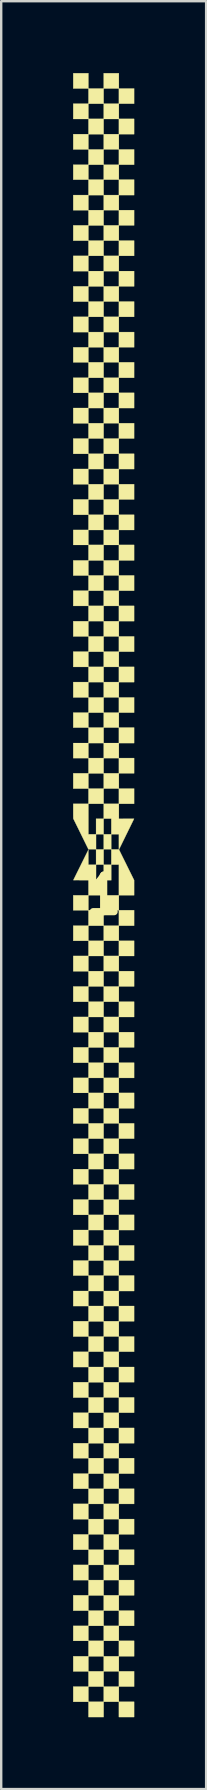
<source format=kicad_pcb>
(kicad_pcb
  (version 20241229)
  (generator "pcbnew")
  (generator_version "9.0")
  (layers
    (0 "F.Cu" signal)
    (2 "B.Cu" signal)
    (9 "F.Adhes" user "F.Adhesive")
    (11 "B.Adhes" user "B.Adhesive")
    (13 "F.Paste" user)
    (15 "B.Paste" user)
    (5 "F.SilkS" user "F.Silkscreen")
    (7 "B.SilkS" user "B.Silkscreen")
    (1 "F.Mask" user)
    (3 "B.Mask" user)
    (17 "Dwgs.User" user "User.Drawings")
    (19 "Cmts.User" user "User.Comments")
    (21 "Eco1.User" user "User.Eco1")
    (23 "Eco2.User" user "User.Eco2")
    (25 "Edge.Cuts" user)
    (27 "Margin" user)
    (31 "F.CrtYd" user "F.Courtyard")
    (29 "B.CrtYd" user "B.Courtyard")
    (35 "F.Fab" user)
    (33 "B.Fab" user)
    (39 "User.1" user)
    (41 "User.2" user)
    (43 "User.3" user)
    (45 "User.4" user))
  (footprint "1"
    (layer "F.Cu")
    (at 1.275 34.295)
    (property "Reference" "1" (at 0 0 0) (layer "F.SilkS") (effects (font (size 1.524 1.524) (thickness 0.3))))
    (attr through_hole)
    (fp_poly (pts (xy -0.635 -33.655) (xy 0 -33.655) (xy 0 -34.29) (xy 0.635 -34.29) (xy 0.635 -33.655) (xy 1.27 -33.655) (xy 1.27 -33.016) (xy 0.635 -33.016) (xy 0.635 -32.385) (xy 1.27 -32.385) (xy 1.27 -31.746) (xy 0.635 -31.746) (xy 0.635 -31.111) (xy 1.27 -31.111) (xy 1.27 -30.473) (xy 0.635 -30.473) (xy 0.635 -29.852) (xy 1.27 -29.852) (xy 1.27 -29.203) (xy 0.635 -29.203) (xy 0.635 -28.579) (xy 1.27 -28.579) (xy 1.27 -27.94) (xy 0.635 -27.94) (xy 0.635 -27.309) (xy 1.27 -27.309) (xy 1.27 -26.67) (xy 0.635 -26.67) (xy 0.635 -26.035) (xy 1.27 -26.035) (xy 1.27 -25.396) (xy 0.635 -25.396) (xy 0.635 -24.765) (xy 1.27 -24.765) (xy 1.27 -24.126) (xy 0.635 -24.126) (xy 0.635 -23.491) (xy 1.27 -23.491) (xy 1.27 -22.853) (xy 0.635 -22.853) (xy 0.635 -22.232) (xy 1.27 -22.232) (xy 1.27 -21.583) (xy 0.635 -21.583) (xy 0.635 -20.959) (xy 1.27 -20.959) (xy 1.27 -20.32) (xy 0.635 -20.32) (xy 0.635 -19.689) (xy 1.27 -19.689) (xy 1.27 -19.05) (xy 0.635 -19.05) (xy 0.635 -18.415) (xy 1.27 -18.415) (xy 1.27 -17.776) (xy 0.635 -17.776) (xy 0.635 -17.145) (xy 1.27 -17.145) (xy 1.27 -16.506) (xy 0.635 -16.506) (xy 0.635 -15.871) (xy 1.27 -15.871) (xy 1.27 -15.233) (xy 0.635 -15.233) (xy 0.635 -14.612) (xy 1.27 -14.612) (xy 1.27 -13.963) (xy 0.635 -13.963) (xy 0.635 -13.339) (xy 1.27 -13.339) (xy 1.27 -12.7) (xy 0.635 -12.7) (xy 0.635 -12.069) (xy 1.27 -12.069) (xy 1.27 -11.43) (xy 0.635 -11.43) (xy 0.635 -10.795) (xy 1.27 -10.795) (xy 1.27 -10.156) (xy 0.635 -10.156) (xy 0.635 -9.525) (xy 1.27 -9.525) (xy 1.27 -8.886) (xy 0.635 -8.886) (xy 0.635 -8.251) (xy 1.27 -8.251) (xy 1.27 -7.613) (xy 0.635 -7.613) (xy 0.635 -6.992) (xy 1.27 -6.992) (xy 1.27 -6.343) (xy 0.635 -6.343) (xy 0.635 -5.719) (xy 1.27 -5.719) (xy 1.27 -5.08) (xy 0.635 -5.08) (xy 0.635 -4.449) (xy 1.27 -4.449) (xy 1.27 -3.81) (xy 0.635 -3.81) (xy 0.635 -3.189) (xy 0.952 -3.188) (xy 1.269 -3.187) (xy 0.994 -2.626) (xy 0.965 -2.566) (xy 0.935 -2.506) (xy 0.907 -2.448) (xy 0.879 -2.391) (xy 0.852 -2.336) (xy 0.827 -2.284) (xy 0.802 -2.235) (xy 0.78 -2.188) (xy 0.759 -2.146) (xy 0.74 -2.107) (xy 0.723 -2.072) (xy 0.708 -2.043) (xy 0.696 -2.018) (xy 0.687 -1.999) (xy 0.68 -1.986) (xy 0.679 -1.984) (xy 0.639 -1.902) (xy 1.27 -0.627) (xy 1.27 0.007) (xy 0.635 0.007) (xy 0.635 0.628) (xy 1.27 0.628) (xy 1.27 1.277) (xy 0.635 1.277) (xy 0.635 1.901) (xy 1.27 1.901) (xy 1.27 2.54) (xy 0.635 2.54) (xy 0.635 3.171) (xy 1.27 3.171) (xy 1.27 3.81) (xy 0.635 3.81) (xy 0.635 4.445) (xy 1.27 4.445) (xy 1.27 5.084) (xy 0.635 5.084) (xy 0.635 5.715) (xy 1.27 5.715) (xy 1.27 6.354) (xy 0.635 6.354) (xy 0.635 6.989) (xy 1.27 6.989) (xy 1.27 7.627) (xy 0.635 7.627) (xy 0.635 8.248) (xy 1.27 8.248) (xy 1.27 8.897) (xy 0.635 8.897) (xy 0.635 9.521) (xy 1.27 9.521) (xy 1.27 10.16) (xy 0.635 10.16) (xy 0.635 10.791) (xy 1.27 10.791) (xy 1.27 11.43) (xy 0.635 11.43) (xy 0.635 12.065) (xy 1.27 12.065) (xy 1.27 12.704) (xy 0.635 12.704) (xy 0.635 13.335) (xy 1.27 13.335) (xy 1.27 13.974) (xy 0.635 13.974) (xy 0.635 14.609) (xy 1.27 14.609) (xy 1.27 15.247) (xy 0.635 15.247) (xy 0.635 15.868) (xy 1.27 15.868) (xy 1.27 16.517) (xy 0.635 16.517) (xy 0.635 17.141) (xy 1.27 17.141) (xy 1.27 17.78) (xy 0.635 17.78) (xy 0.635 18.411) (xy 1.27 18.411) (xy 1.27 19.05) (xy 0.635 19.05) (xy 0.635 19.685) (xy 1.27 19.685) (xy 1.27 20.324) (xy 0.635 20.324) (xy 0.635 20.955) (xy 1.27 20.955) (xy 1.27 21.594) (xy 0.635 21.594) (xy 0.635 22.229) (xy 1.27 22.229) (xy 1.27 22.867) (xy 0.635 22.867) (xy 0.635 23.488) (xy 1.27 23.488) (xy 1.27 24.137) (xy 0.635 24.137) (xy 0.635 24.761) (xy 1.27 24.761) (xy 1.27 25.4) (xy 0.635 25.4) (xy 0.635 26.031) (xy 1.27 26.031) (xy 1.27 26.67) (xy 0.635 26.67) (xy 0.635 27.305) (xy 1.27 27.305) (xy 1.27 27.944) (xy 0.635 27.944) (xy 0.635 28.575) (xy 1.27 28.575) (xy 1.27 29.214) (xy 0.635 29.214) (xy 0.635 29.849) (xy 1.27 29.849) (xy 1.27 30.487) (xy 0.635 30.487) (xy 0.635 31.108) (xy 1.27 31.108) (xy 1.27 31.757) (xy 0.635 31.757) (xy 0.635 32.381) (xy 1.27 32.381) (xy 1.27 33.02) (xy 0.635 33.02) (xy 0.635 33.651) (xy 1.27 33.651) (xy 1.27 34.29) (xy 0.635 34.29) (xy 0.635 33.655) (xy 0 33.655) (xy 0 34.29) (xy -0.635 34.29) (xy -0.635 33.655) (xy -1.27 33.655) (xy -1.27 33.02) (xy -0.635 33.02) (xy -0.635 33.651) (xy 0 33.651) (xy 0 33.02) (xy -0.635 33.02) (xy -1.27 33.02) (xy -1.27 33.016) (xy -0.635 33.016) (xy -0.635 32.385) (xy 0 32.385) (xy 0 33.016) (xy 0.635 33.016) (xy 0.635 32.385) (xy 0 32.385) (xy -0.635 32.385) (xy -1.27 32.385) (xy -1.27 31.757) (xy -0.635 31.757) (xy -0.635 32.381) (xy 0 32.381) (xy 0 31.757) (xy -0.635 31.757) (xy -1.27 31.757) (xy -1.27 31.754) (xy -0.635 31.754) (xy -0.635 31.111) (xy 0 31.111) (xy 0 31.754) (xy 0.635 31.754) (xy 0.635 31.111) (xy 0 31.111) (xy -0.635 31.111) (xy -1.27 31.111) (xy -1.27 30.487) (xy -0.635 30.487) (xy -0.635 31.108) (xy 0 31.108) (xy 0 30.487) (xy -0.635 30.487) (xy -1.27 30.487) (xy -1.27 30.484) (xy -0.635 30.484) (xy -0.635 29.852) (xy 0 29.852) (xy 0 30.484) (xy 0.635 30.484) (xy 0.635 29.852) (xy 0 29.852) (xy -0.635 29.852) (xy -1.27 29.852) (xy -1.27 29.214) (xy -0.635 29.214) (xy -0.635 29.849) (xy 0 29.849) (xy 0 29.214) (xy -0.635 29.214) (xy -1.27 29.214) (xy -1.27 29.21) (xy -0.635 29.21) (xy -0.635 28.579) (xy 0 28.579) (xy 0 29.21) (xy 0.635 29.21) (xy 0.635 28.579) (xy 0 28.579) (xy -0.635 28.579) (xy -1.27 28.579) (xy -1.27 27.944) (xy -0.635 27.944) (xy -0.635 28.575) (xy 0 28.575) (xy 0 27.944) (xy -0.635 27.944) (xy -1.27 27.944) (xy -1.27 27.94) (xy -0.635 27.94) (xy -0.635 27.309) (xy 0 27.309) (xy 0 27.94) (xy 0.635 27.94) (xy 0.635 27.309) (xy 0 27.309) (xy -0.635 27.309) (xy -1.27 27.309) (xy -1.27 26.67) (xy -0.635 26.67) (xy -0.635 27.305) (xy 0 27.305) (xy 0 26.67) (xy -0.635 26.67) (xy -0.635 26.035) (xy 0 26.035) (xy 0 26.67) (xy 0.635 26.67) (xy 0.635 26.035) (xy 0 26.035) (xy -0.635 26.035) (xy -1.27 26.035) (xy -1.27 25.4) (xy -0.635 25.4) (xy -0.635 26.031) (xy 0 26.031) (xy 0 25.4) (xy -0.635 25.4) (xy -1.27 25.4) (xy -1.27 25.396) (xy -0.635 25.396) (xy -0.635 24.765) (xy 0 24.765) (xy 0 25.396) (xy 0.635 25.396) (xy 0.635 24.765) (xy 0 24.765) (xy -0.635 24.765) (xy -1.27 24.765) (xy -1.27 24.137) (xy -0.635 24.137) (xy -0.635 24.761) (xy 0 24.761) (xy 0 24.137) (xy -0.635 24.137) (xy -1.27 24.137) (xy -1.27 24.134) (xy -0.635 24.134) (xy -0.635 23.491) (xy 0 23.491) (xy 0 24.134) (xy 0.635 24.134) (xy 0.635 23.491) (xy 0 23.491) (xy -0.635 23.491) (xy -1.27 23.491) (xy -1.27 22.867) (xy -0.635 22.867) (xy -0.635 23.488) (xy 0 23.488) (xy 0 22.867) (xy -0.635 22.867) (xy -1.27 22.867) (xy -1.27 22.864) (xy -0.635 22.864) (xy -0.635 22.232) (xy 0 22.232) (xy 0 22.864) (xy 0.635 22.864) (xy 0.635 22.232) (xy 0 22.232) (xy -0.635 22.232) (xy -1.27 22.232) (xy -1.27 21.594) (xy -0.635 21.594) (xy -0.635 22.229) (xy 0 22.229) (xy 0 21.594) (xy -0.635 21.594) (xy -1.27 21.594) (xy -1.27 21.59) (xy -0.635 21.59) (xy -0.635 20.959) (xy 0 20.959) (xy 0 21.59) (xy 0.635 21.59) (xy 0.635 20.959) (xy 0 20.959) (xy -0.635 20.959) (xy -1.27 20.959) (xy -1.27 20.324) (xy -0.635 20.324) (xy -0.635 20.955) (xy 0 20.955) (xy 0 20.324) (xy -0.635 20.324) (xy -1.27 20.324) (xy -1.27 20.32) (xy -0.635 20.32) (xy -0.635 19.689) (xy 0 19.689) (xy 0 20.32) (xy 0.635 20.32) (xy 0.635 19.689) (xy 0 19.689) (xy -0.635 19.689) (xy -1.27 19.689) (xy -1.27 19.05) (xy -0.635 19.05) (xy -0.635 19.685) (xy 0 19.685) (xy 0 19.05) (xy -0.635 19.05) (xy -0.635 18.415) (xy 0 18.415) (xy 0 19.05) (xy 0.635 19.05) (xy 0.635 18.415) (xy 0 18.415) (xy -0.635 18.415) (xy -1.27 18.415) (xy -1.27 17.78) (xy -0.635 17.78) (xy -0.635 18.411) (xy 0 18.411) (xy 0 17.78) (xy -0.635 17.78) (xy -1.27 17.78) (xy -1.27 17.776) (xy -0.635 17.776) (xy -0.635 17.145) (xy 0 17.145) (xy 0 17.776) (xy 0.635 17.776) (xy 0.635 17.145) (xy 0 17.145) (xy -0.635 17.145) (xy -1.27 17.145) (xy -1.27 16.517) (xy -0.635 16.517) (xy -0.635 17.141) (xy 0 17.141) (xy 0 16.517) (xy -0.635 16.517) (xy -1.27 16.517) (xy -1.27 16.514) (xy -0.635 16.514) (xy -0.635 15.871) (xy 0 15.871) (xy 0 16.514) (xy 0.635 16.514) (xy 0.635 15.871) (xy 0 15.871) (xy -0.635 15.871) (xy -1.27 15.871) (xy -1.27 15.247) (xy -0.635 15.247) (xy -0.635 15.868) (xy 0 15.868) (xy 0 15.247) (xy -0.635 15.247) (xy -1.27 15.247) (xy -1.27 15.244) (xy -0.635 15.244) (xy -0.635 14.612) (xy 0 14.612) (xy 0 15.244) (xy 0.635 15.244) (xy 0.635 14.612) (xy 0 14.612) (xy -0.635 14.612) (xy -1.27 14.612) (xy -1.27 13.974) (xy -0.635 13.974) (xy -0.635 14.609) (xy 0 14.609) (xy 0 13.974) (xy -0.635 13.974) (xy -1.27 13.974) (xy -1.27 13.97) (xy -0.635 13.97) (xy -0.635 13.339) (xy 0 13.339) (xy 0 13.97) (xy 0.635 13.97) (xy 0.635 13.339) (xy 0 13.339) (xy -0.635 13.339) (xy -1.27 13.339) (xy -1.27 12.704) (xy -0.635 12.704) (xy -0.635 13.335) (xy 0 13.335) (xy 0 12.704) (xy -0.635 12.704) (xy -1.27 12.704) (xy -1.27 12.7) (xy -0.635 12.7) (xy -0.635 12.069) (xy 0 12.069) (xy 0 12.7) (xy 0.635 12.7) (xy 0.635 12.069) (xy 0 12.069) (xy -0.635 12.069) (xy -1.27 12.069) (xy -1.27 11.43) (xy -0.635 11.43) (xy -0.635 12.065) (xy 0 12.065) (xy 0 11.43) (xy -0.635 11.43) (xy -0.635 10.795) (xy 0 10.795) (xy 0 11.43) (xy 0.635 11.43) (xy 0.635 10.795) (xy 0 10.795) (xy -0.635 10.795) (xy -1.27 10.795) (xy -1.27 10.16) (xy -0.635 10.16) (xy -0.635 10.791) (xy 0 10.791) (xy 0 10.16) (xy -0.635 10.16) (xy -1.27 10.16) (xy -1.27 10.156) (xy -0.635 10.156) (xy -0.635 9.525) (xy 0 9.525) (xy 0 10.156) (xy 0.635 10.156) (xy 0.635 9.525) (xy 0 9.525) (xy -0.635 9.525) (xy -1.27 9.525) (xy -1.27 8.897) (xy -0.635 8.897) (xy -0.635 9.521) (xy 0 9.521) (xy 0 8.897) (xy -0.635 8.897) (xy -1.27 8.897) (xy -1.27 8.894) (xy -0.635 8.894) (xy -0.635 8.251) (xy 0 8.251) (xy 0 8.894) (xy 0.635 8.894) (xy 0.635 8.251) (xy 0 8.251) (xy -0.635 8.251) (xy -1.27 8.251) (xy -1.27 7.627) (xy -0.635 7.627) (xy -0.635 8.248) (xy 0 8.248) (xy 0 7.627) (xy -0.635 7.627) (xy -1.27 7.627) (xy -1.27 7.624) (xy -0.635 7.624) (xy -0.635 6.992) (xy 0 6.992) (xy 0 7.624) (xy 0.635 7.624) (xy 0.635 6.992) (xy 0 6.992) (xy -0.635 6.992) (xy -1.27 6.992) (xy -1.27 6.354) (xy -0.635 6.354) (xy -0.635 6.989) (xy 0 6.989) (xy 0 6.354) (xy -0.635 6.354) (xy -1.27 6.354) (xy -1.27 6.35) (xy -0.635 6.35) (xy -0.635 5.719) (xy 0 5.719) (xy 0 6.35) (xy 0.635 6.35) (xy 0.635 5.719) (xy 0 5.719) (xy -0.635 5.719) (xy -1.27 5.719) (xy -1.27 5.084) (xy -0.635 5.084) (xy -0.635 5.715) (xy 0 5.715) (xy 0 5.084) (xy -0.635 5.084) (xy -1.27 5.084) (xy -1.27 5.08) (xy -0.635 5.08) (xy -0.635 4.449) (xy 0 4.449) (xy 0 5.08) (xy 0.635 5.08) (xy 0.635 4.449) (xy 0 4.449) (xy -0.635 4.449) (xy -1.27 4.449) (xy -1.27 3.81) (xy -0.635 3.81) (xy -0.635 4.445) (xy 0 4.445) (xy 0 3.81) (xy -0.635 3.81) (xy -0.635 3.175) (xy 0 3.175) (xy 0 3.81) (xy 0.635 3.81) (xy 0.635 3.175) (xy 0 3.175) (xy -0.635 3.175) (xy -1.27 3.175) (xy -1.27 2.54) (xy -0.635 2.54) (xy -0.635 3.171) (xy 0 3.171) (xy 0 2.54) (xy -0.635 2.54) (xy -1.27 2.54) (xy -1.27 2.536) (xy -0.635 2.536) (xy -0.635 1.905) (xy 0 1.905) (xy 0 2.536) (xy 0.635 2.536) (xy 0.635 1.905) (xy 0 1.905) (xy -0.635 1.905) (xy -1.27 1.905) (xy -1.27 1.277) (xy -0.635 1.277) (xy -0.635 1.901) (xy 0 1.901) (xy 0 1.277) (xy -0.635 1.277) (xy -1.27 1.277) (xy -1.27 1.274) (xy -0.635 1.274) (xy -0.635 0.631) (xy 0 0.631) (xy 0 1.274) (xy 0.635 1.274) (xy 0.635 0.631) (xy 0 0.631) (xy -0.635 0.631) (xy -1.27 0.631) (xy -1.27 0.007) (xy -0.635 0.007) (xy -0.635 0.628) (xy 0 0.628) (xy 0 0.007) (xy -0.635 0.007) (xy -1.27 0.007) (xy -1.27 0.004) (xy -0.635 0.004) (xy 0 0.004) (xy 0.635 0.004) (xy 0.635 -1.27) (xy 0.318 -1.27) (xy 0.318 -0.624) (xy 0 -0.624) (xy 0 0.004) (xy -0.635 0.004) (xy -0.635 -0.624) (xy -0.951 -0.624) (xy -1.002 -0.624) (xy -1.05 -0.625) (xy -1.093 -0.625) (xy -1.133 -0.625) (xy -1.169 -0.625) (xy -1.199 -0.626) (xy -1.224 -0.626) (xy -1.244 -0.626) (xy -1.258 -0.627) (xy -1.265 -0.627) (xy -1.266 -0.628) (xy -1.264 -0.631) (xy -1.26 -0.64) (xy -1.252 -0.656) (xy -1.242 -0.676) (xy -1.229 -0.702) (xy -1.214 -0.732) (xy -1.197 -0.767) (xy -1.177 -0.807) (xy -1.156 -0.85) (xy -1.133 -0.897) (xy -1.108 -0.947) (xy -1.082 -1) (xy -1.054 -1.056) (xy -1.025 -1.114) (xy -0.995 -1.174) (xy -0.964 -1.236) (xy -0.951 -1.264) (xy -0.637 -1.896) (xy -0.636 -1.583) (xy -0.635 -1.27) (xy -0.318 -1.27) (xy -0.318 -0.624) (xy 0 -0.624) (xy 0 -1.27) (xy -0.318 -1.27) (xy -0.318 -1.909) (xy 0 -1.909) (xy 0 -1.27) (xy 0.318 -1.27) (xy 0.318 -1.909) (xy 0.635 -1.909) (xy 0.635 -2.54) (xy 0.318 -2.54) (xy 0.318 -1.912) (xy 0 -1.912) (xy 0 -2.54) (xy -0.318 -2.54) (xy -0.318 -1.912) (xy -0.477 -1.912) (xy -0.637 -1.912) (xy -0.951 -2.551) (xy -0.982 -2.614) (xy -1.012 -2.675) (xy -1.041 -2.735) (xy -1.069 -2.792) (xy -1.096 -2.846) (xy -1.122 -2.898) (xy -1.146 -2.946) (xy -1.168 -2.991) (xy -1.188 -3.032) (xy -1.207 -3.069) (xy -1.223 -3.102) (xy -1.237 -3.13) (xy -1.248 -3.153) (xy -1.257 -3.17) (xy -1.263 -3.182) (xy -1.267 -3.188) (xy -1.267 -3.189) (xy -1.268 -3.193) (xy -1.268 -3.203) (xy -1.268 -3.219) (xy -1.269 -3.24) (xy -1.269 -3.267) (xy -1.269 -3.298) (xy -1.27 -3.333) (xy -1.27 -3.372) (xy -1.27 -3.414) (xy -1.27 -3.458) (xy -1.27 -3.5) (xy -1.27 -3.81) (xy -0.635 -3.81) (xy -0.635 -2.54) (xy -0.318 -2.54) (xy -0.318 -3.189) (xy 0 -3.189) (xy 0 -2.54) (xy 0.318 -2.54) (xy 0.318 -3.189) (xy 0 -3.189) (xy 0 -3.81) (xy -0.635 -3.81) (xy -0.635 -4.445) (xy 0 -4.445) (xy 0 -3.81) (xy 0.635 -3.81) (xy 0.635 -4.445) (xy 0 -4.445) (xy -0.635 -4.445) (xy -1.27 -4.445) (xy -1.27 -5.08) (xy -0.635 -5.08) (xy -0.635 -4.449) (xy 0 -4.449) (xy 0 -5.08) (xy -0.635 -5.08) (xy -1.27 -5.08) (xy -1.27 -5.084) (xy -0.635 -5.084) (xy -0.635 -5.715) (xy 0 -5.715) (xy 0 -5.084) (xy 0.635 -5.084) (xy 0.635 -5.715) (xy 0 -5.715) (xy -0.635 -5.715) (xy -1.27 -5.715) (xy -1.27 -6.343) (xy -0.635 -6.343) (xy -0.635 -5.719) (xy 0 -5.719) (xy 0 -6.343) (xy -0.635 -6.343) (xy -1.27 -6.343) (xy -1.27 -6.346) (xy -0.635 -6.346) (xy -0.635 -6.989) (xy 0 -6.989) (xy 0 -6.346) (xy 0.635 -6.346) (xy 0.635 -6.989) (xy 0 -6.989) (xy -0.635 -6.989) (xy -1.27 -6.989) (xy -1.27 -7.613) (xy -0.635 -7.613) (xy -0.635 -6.992) (xy 0 -6.992) (xy 0 -7.613) (xy -0.635 -7.613) (xy -1.27 -7.613) (xy -1.27 -7.616) (xy -0.635 -7.616) (xy -0.635 -8.248) (xy 0 -8.248) (xy 0 -7.616) (xy 0.635 -7.616) (xy 0.635 -8.248) (xy 0 -8.248) (xy -0.635 -8.248) (xy -1.27 -8.248) (xy -1.27 -8.886) (xy -0.635 -8.886) (xy -0.635 -8.251) (xy 0 -8.251) (xy 0 -8.886) (xy -0.635 -8.886) (xy -1.27 -8.886) (xy -1.27 -8.89) (xy -0.635 -8.89) (xy -0.635 -9.521) (xy 0 -9.521) (xy 0 -8.89) (xy 0.635 -8.89) (xy 0.635 -9.521) (xy 0 -9.521) (xy -0.635 -9.521) (xy -1.27 -9.521) (xy -1.27 -10.156) (xy -0.635 -10.156) (xy -0.635 -9.525) (xy 0 -9.525) (xy 0 -10.156) (xy -0.635 -10.156) (xy -1.27 -10.156) (xy -1.27 -10.16) (xy -0.635 -10.16) (xy -0.635 -10.791) (xy 0 -10.791) (xy 0 -10.16) (xy 0.635 -10.16) (xy 0.635 -10.791) (xy 0 -10.791) (xy -0.635 -10.791) (xy -1.27 -10.791) (xy -1.27 -11.43) (xy -0.635 -11.43) (xy -0.635 -10.795) (xy 0 -10.795) (xy 0 -11.43) (xy -0.635 -11.43) (xy -0.635 -12.065) (xy 0 -12.065) (xy 0 -11.43) (xy 0.635 -11.43) (xy 0.635 -12.065) (xy 0 -12.065) (xy -0.635 -12.065) (xy -1.27 -12.065) (xy -1.27 -12.7) (xy -0.635 -12.7) (xy -0.635 -12.069) (xy 0 -12.069) (xy 0 -12.7) (xy -0.635 -12.7) (xy -1.27 -12.7) (xy -1.27 -12.704) (xy -0.635 -12.704) (xy -0.635 -13.335) (xy 0 -13.335) (xy 0 -12.704) (xy 0.635 -12.704) (xy 0.635 -13.335) (xy 0 -13.335) (xy -0.635 -13.335) (xy -1.27 -13.335) (xy -1.27 -13.963) (xy -0.635 -13.963) (xy -0.635 -13.339) (xy 0 -13.339) (xy 0 -13.963) (xy -0.635 -13.963) (xy -1.27 -13.963) (xy -1.27 -13.966) (xy -0.635 -13.966) (xy -0.635 -14.609) (xy 0 -14.609) (xy 0 -13.966) (xy 0.635 -13.966) (xy 0.635 -14.609) (xy 0 -14.609) (xy -0.635 -14.609) (xy -1.27 -14.609) (xy -1.27 -15.233) (xy -0.635 -15.233) (xy -0.635 -14.612) (xy 0 -14.612) (xy 0 -15.233) (xy -0.635 -15.233) (xy -1.27 -15.233) (xy -1.27 -15.236) (xy -0.635 -15.236) (xy -0.635 -15.868) (xy 0 -15.868) (xy 0 -15.236) (xy 0.635 -15.236) (xy 0.635 -15.868) (xy 0 -15.868) (xy -0.635 -15.868) (xy -1.27 -15.868) (xy -1.27 -16.506) (xy -0.635 -16.506) (xy -0.635 -15.871) (xy 0 -15.871) (xy 0 -16.506) (xy -0.635 -16.506) (xy -1.27 -16.506) (xy -1.27 -16.51) (xy -0.635 -16.51) (xy -0.635 -17.141) (xy 0 -17.141) (xy 0 -16.51) (xy 0.635 -16.51) (xy 0.635 -17.141) (xy 0 -17.141) (xy -0.635 -17.141) (xy -1.27 -17.141) (xy -1.27 -17.776) (xy -0.635 -17.776) (xy -0.635 -17.145) (xy 0 -17.145) (xy 0 -17.776) (xy -0.635 -17.776) (xy -1.27 -17.776) (xy -1.27 -17.78) (xy -0.635 -17.78) (xy -0.635 -18.411) (xy 0 -18.411) (xy 0 -17.78) (xy 0.635 -17.78) (xy 0.635 -18.411) (xy 0 -18.411) (xy -0.635 -18.411) (xy -1.27 -18.411) (xy -1.27 -19.05) (xy -0.635 -19.05) (xy -0.635 -18.415) (xy 0 -18.415) (xy 0 -19.05) (xy -0.635 -19.05) (xy -0.635 -19.685) (xy 0 -19.685) (xy 0 -19.05) (xy 0.635 -19.05) (xy 0.635 -19.685) (xy 0 -19.685) (xy -0.635 -19.685) (xy -1.27 -19.685) (xy -1.27 -20.32) (xy -0.635 -20.32) (xy -0.635 -19.689) (xy 0 -19.689) (xy 0 -20.32) (xy -0.635 -20.32) (xy -1.27 -20.32) (xy -1.27 -20.324) (xy -0.635 -20.324) (xy -0.635 -20.955) (xy 0 -20.955) (xy 0 -20.324) (xy 0.635 -20.324) (xy 0.635 -20.955) (xy 0 -20.955) (xy -0.635 -20.955) (xy -1.27 -20.955) (xy -1.27 -21.583) (xy -0.635 -21.583) (xy -0.635 -20.959) (xy 0 -20.959) (xy 0 -21.583) (xy -0.635 -21.583) (xy -1.27 -21.583) (xy -1.27 -21.586) (xy -0.635 -21.586) (xy -0.635 -22.229) (xy 0 -22.229) (xy 0 -21.586) (xy 0.635 -21.586) (xy 0.635 -22.229) (xy 0 -22.229) (xy -0.635 -22.229) (xy -1.27 -22.229) (xy -1.27 -22.853) (xy -0.635 -22.853) (xy -0.635 -22.232) (xy 0 -22.232) (xy 0 -22.853) (xy -0.635 -22.853) (xy -1.27 -22.853) (xy -1.27 -22.856) (xy -0.635 -22.856) (xy -0.635 -23.488) (xy 0 -23.488) (xy 0 -22.856) (xy 0.635 -22.856) (xy 0.635 -23.488) (xy 0 -23.488) (xy -0.635 -23.488) (xy -1.27 -23.488) (xy -1.27 -24.126) (xy -0.635 -24.126) (xy -0.635 -23.491) (xy 0 -23.491) (xy 0 -24.126) (xy -0.635 -24.126) (xy -1.27 -24.126) (xy -1.27 -24.13) (xy -0.635 -24.13) (xy -0.635 -24.761) (xy 0 -24.761) (xy 0 -24.13) (xy 0.635 -24.13) (xy 0.635 -24.761) (xy 0 -24.761) (xy -0.635 -24.761) (xy -1.27 -24.761) (xy -1.27 -25.396) (xy -0.635 -25.396) (xy -0.635 -24.765) (xy 0 -24.765) (xy 0 -25.396) (xy -0.635 -25.396) (xy -1.27 -25.396) (xy -1.27 -25.4) (xy -0.635 -25.4) (xy -0.635 -26.031) (xy 0 -26.031) (xy 0 -25.4) (xy 0.635 -25.4) (xy 0.635 -26.031) (xy 0 -26.031) (xy -0.635 -26.031) (xy -1.27 -26.031) (xy -1.27 -26.67) (xy -0.635 -26.67) (xy -0.635 -26.035) (xy 0 -26.035) (xy 0 -26.67) (xy -0.635 -26.67) (xy -0.635 -27.305) (xy 0 -27.305) (xy 0 -26.67) (xy 0.635 -26.67) (xy 0.635 -27.305) (xy 0 -27.305) (xy -0.635 -27.305) (xy -1.27 -27.305) (xy -1.27 -27.94) (xy -0.635 -27.94) (xy -0.635 -27.309) (xy 0 -27.309) (xy 0 -27.94) (xy -0.635 -27.94) (xy -1.27 -27.94) (xy -1.27 -27.944) (xy -0.635 -27.944) (xy -0.635 -28.575) (xy 0 -28.575) (xy 0 -27.944) (xy 0.635 -27.944) (xy 0.635 -28.575) (xy 0 -28.575) (xy -0.635 -28.575) (xy -1.27 -28.575) (xy -1.27 -29.203) (xy -0.635 -29.203) (xy -0.635 -28.579) (xy 0 -28.579) (xy 0 -29.203) (xy -0.635 -29.203) (xy -1.27 -29.203) (xy -1.27 -29.206) (xy -0.635 -29.206) (xy -0.635 -29.849) (xy 0 -29.849) (xy 0 -29.206) (xy 0.635 -29.206) (xy 0.635 -29.849) (xy 0 -29.849) (xy -0.635 -29.849) (xy -1.27 -29.849) (xy -1.27 -30.473) (xy -0.635 -30.473) (xy -0.635 -29.852) (xy 0 -29.852) (xy 0 -30.473) (xy -0.635 -30.473) (xy -1.27 -30.473) (xy -1.27 -30.476) (xy -0.635 -30.476) (xy -0.635 -31.108) (xy 0 -31.108) (xy 0 -30.476) (xy 0.635 -30.476) (xy 0.635 -31.108) (xy 0 -31.108) (xy -0.635 -31.108) (xy -1.27 -31.108) (xy -1.27 -31.746) (xy -0.635 -31.746) (xy -0.635 -31.111) (xy 0 -31.111) (xy 0 -31.746) (xy -0.635 -31.746) (xy -1.27 -31.746) (xy -1.27 -31.75) (xy -0.635 -31.75) (xy -0.635 -32.381) (xy 0 -32.381) (xy 0 -31.75) (xy 0.635 -31.75) (xy 0.635 -32.381) (xy 0 -32.381) (xy -0.635 -32.381) (xy -1.27 -32.381) (xy -1.27 -33.016) (xy -0.635 -33.016) (xy -0.635 -32.385) (xy 0 -32.385) (xy 0 -33.016) (xy -0.635 -33.016) (xy -1.27 -33.016) (xy -1.27 -33.02) (xy -0.635 -33.02) (xy -0.635 -33.651) (xy 0 -33.651) (xy 0 -33.02) (xy 0.635 -33.02) (xy 0.635 -33.651) (xy 0 -33.651) (xy -0.635 -33.651) (xy -1.27 -33.651) (xy -1.27 -34.29) (xy -0.635 -34.29) (xy -0.635 -33.655)) (stroke (width 0.01) (type solid)) (fill yes) (layer "F.SilkS")))
  (gr_rect
    (start -3 -3)
    (end 5.55 71.59)
    (stroke (width 0.1) (type default))
    (fill no)
    (layer "Edge.Cuts")))
</source>
